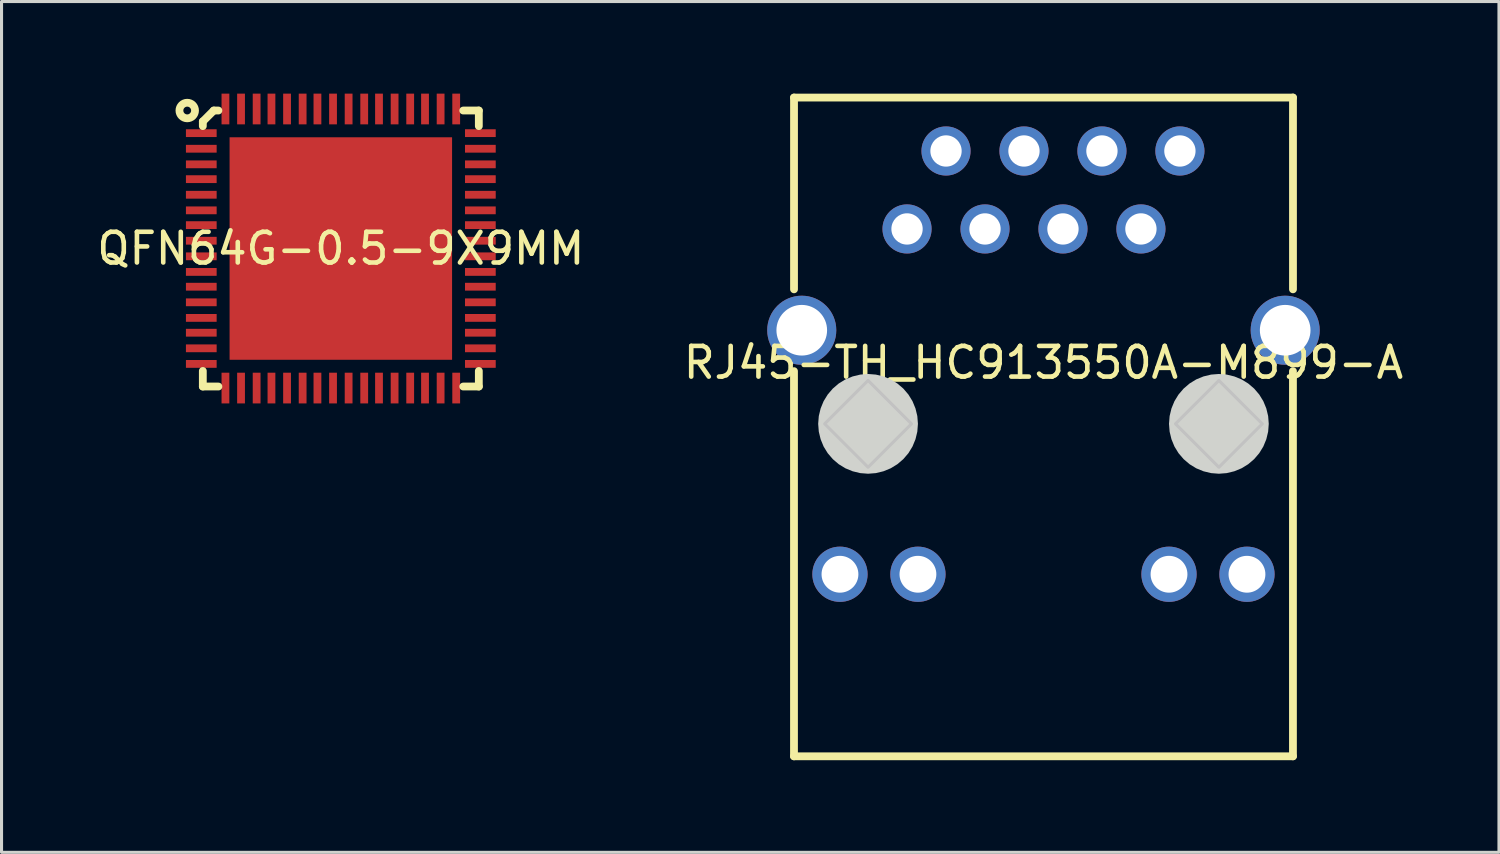
<source format=kicad_pcb>
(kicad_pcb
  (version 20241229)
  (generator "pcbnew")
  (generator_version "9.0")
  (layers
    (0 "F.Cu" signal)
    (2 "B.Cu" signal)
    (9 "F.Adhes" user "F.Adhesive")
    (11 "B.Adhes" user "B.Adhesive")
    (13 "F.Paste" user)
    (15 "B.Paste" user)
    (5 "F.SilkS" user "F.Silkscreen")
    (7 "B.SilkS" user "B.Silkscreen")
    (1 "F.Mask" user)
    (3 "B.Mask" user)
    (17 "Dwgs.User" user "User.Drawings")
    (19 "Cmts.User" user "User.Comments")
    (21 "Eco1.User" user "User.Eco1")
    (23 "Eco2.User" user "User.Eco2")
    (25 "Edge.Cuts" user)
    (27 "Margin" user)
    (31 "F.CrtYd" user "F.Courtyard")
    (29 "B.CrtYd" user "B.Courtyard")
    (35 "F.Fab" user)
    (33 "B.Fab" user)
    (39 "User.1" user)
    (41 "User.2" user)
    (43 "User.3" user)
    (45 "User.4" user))
  (footprint "QFN64G-0.5-9X9MM"
    (layer "F.Cu")
    (at 8.054 5.047)
    (property "Reference" "QFN64G-0.5-9X9MM" (at 0 0 0) (unlocked yes) (layer "F.SilkS") (effects (font (size 1 1) (thickness 0.15))))
    (fp_line (start -4.496 -4.14) (end -4.496 -3.988) (stroke (width 0.254) (type default)) (layer "F.SilkS"))
    (fp_line (start -4.496 4.496) (end -4.496 3.988) (stroke (width 0.254) (type default)) (layer "F.SilkS"))
    (fp_line (start -4.14 -4.496) (end -4.496 -4.14) (stroke (width 0.254) (type default)) (layer "F.SilkS"))
    (fp_line (start -3.988 -4.496) (end -4.14 -4.496) (stroke (width 0.254) (type default)) (layer "F.SilkS"))
    (fp_line (start -3.988 4.496) (end -4.496 4.496) (stroke (width 0.254) (type default)) (layer "F.SilkS"))
    (fp_line (start 3.988 -4.496) (end 4.496 -4.496) (stroke (width 0.254) (type default)) (layer "F.SilkS"))
    (fp_line (start 3.988 4.496) (end 4.496 4.496) (stroke (width 0.254) (type default)) (layer "F.SilkS"))
    (fp_line (start 4.496 -4.496) (end 4.496 -3.988) (stroke (width 0.254) (type default)) (layer "F.SilkS"))
    (fp_line (start 4.496 4.496) (end 4.496 3.988) (stroke (width 0.254) (type default)) (layer "F.SilkS"))
    (fp_circle (center -5.004 -4.496) (end -4.75 -4.496) (stroke (width 0.254) (type default)) (fill no) (layer "F.SilkS"))
    (pad "1" smd rect (at -4.546 -3.759) (size 1.001 0.254) (layers "F.Cu" "F.Mask" "F.Paste"))
    (pad "2" smd rect (at -4.546 -3.251) (size 1.001 0.254) (layers "F.Cu" "F.Mask" "F.Paste"))
    (pad "3" smd rect (at -4.546 -2.743) (size 1.001 0.254) (layers "F.Cu" "F.Mask" "F.Paste"))
    (pad "4" smd rect (at -4.546 -2.26) (size 1.001 0.254) (layers "F.Cu" "F.Mask" "F.Paste"))
    (pad "5" smd rect (at -4.546 -1.752) (size 1.001 0.254) (layers "F.Cu" "F.Mask" "F.Paste"))
    (pad "6" smd rect (at -4.546 -1.244) (size 1.001 0.254) (layers "F.Cu" "F.Mask" "F.Paste"))
    (pad "7" smd rect (at -4.546 -0.762) (size 1.001 0.254) (layers "F.Cu" "F.Mask" "F.Paste"))
    (pad "8" smd rect (at -4.546 -0.254) (size 1.001 0.254) (layers "F.Cu" "F.Mask" "F.Paste"))
    (pad "9" smd rect (at -4.546 0.254) (size 1.001 0.254) (layers "F.Cu" "F.Mask" "F.Paste"))
    (pad "10" smd rect (at -4.546 0.762) (size 1.001 0.254) (layers "F.Cu" "F.Mask" "F.Paste"))
    (pad "11" smd rect (at -4.546 1.244) (size 1.001 0.254) (layers "F.Cu" "F.Mask" "F.Paste"))
    (pad "12" smd rect (at -4.546 1.752) (size 1.001 0.254) (layers "F.Cu" "F.Mask" "F.Paste"))
    (pad "13" smd rect (at -4.546 2.26) (size 1.001 0.254) (layers "F.Cu" "F.Mask" "F.Paste"))
    (pad "14" smd rect (at -4.546 2.743) (size 1.001 0.254) (layers "F.Cu" "F.Mask" "F.Paste"))
    (pad "15" smd rect (at -4.546 3.251) (size 1.001 0.254) (layers "F.Cu" "F.Mask" "F.Paste"))
    (pad "16" smd rect (at -4.546 3.759) (size 1.001 0.254) (layers "F.Cu" "F.Mask" "F.Paste"))
    (pad "17" smd rect (at -3.759 4.546 90) (size 1.001 0.254) (layers "F.Cu" "F.Mask" "F.Paste"))
    (pad "18" smd rect (at -3.251 4.546 90) (size 1.001 0.254) (layers "F.Cu" "F.Mask" "F.Paste"))
    (pad "19" smd rect (at -2.743 4.546 90) (size 1.001 0.254) (layers "F.Cu" "F.Mask" "F.Paste"))
    (pad "20" smd rect (at -2.26 4.546 90) (size 1.001 0.254) (layers "F.Cu" "F.Mask" "F.Paste"))
    (pad "21" smd rect (at -1.752 4.546 90) (size 1.001 0.254) (layers "F.Cu" "F.Mask" "F.Paste"))
    (pad "22" smd rect (at -1.244 4.546 90) (size 1.001 0.254) (layers "F.Cu" "F.Mask" "F.Paste"))
    (pad "23" smd rect (at -0.762 4.546 90) (size 1.001 0.254) (layers "F.Cu" "F.Mask" "F.Paste"))
    (pad "24" smd rect (at -0.254 4.546 90) (size 1.001 0.254) (layers "F.Cu" "F.Mask" "F.Paste"))
    (pad "25" smd rect (at 0.254 4.546 90) (size 1.001 0.254) (layers "F.Cu" "F.Mask" "F.Paste"))
    (pad "26" smd rect (at 0.762 4.546 90) (size 1.001 0.254) (layers "F.Cu" "F.Mask" "F.Paste"))
    (pad "27" smd rect (at 1.244 4.546 90) (size 1.001 0.254) (layers "F.Cu" "F.Mask" "F.Paste"))
    (pad "28" smd rect (at 1.752 4.546 90) (size 1.001 0.254) (layers "F.Cu" "F.Mask" "F.Paste"))
    (pad "29" smd rect (at 2.26 4.546 90) (size 1.001 0.254) (layers "F.Cu" "F.Mask" "F.Paste"))
    (pad "30" smd rect (at 2.743 4.546 90) (size 1.001 0.254) (layers "F.Cu" "F.Mask" "F.Paste"))
    (pad "31" smd rect (at 3.251 4.546 90) (size 1.001 0.254) (layers "F.Cu" "F.Mask" "F.Paste"))
    (pad "32" smd rect (at 3.759 4.546 90) (size 1.001 0.254) (layers "F.Cu" "F.Mask" "F.Paste"))
    (pad "33" smd rect (at 4.546 3.759 180) (size 1.001 0.254) (layers "F.Cu" "F.Mask" "F.Paste"))
    (pad "34" smd rect (at 4.546 3.251 180) (size 1.001 0.254) (layers "F.Cu" "F.Mask" "F.Paste"))
    (pad "35" smd rect (at 4.546 2.743 180) (size 1.001 0.254) (layers "F.Cu" "F.Mask" "F.Paste"))
    (pad "36" smd rect (at 4.546 2.26 180) (size 1.001 0.254) (layers "F.Cu" "F.Mask" "F.Paste"))
    (pad "37" smd rect (at 4.546 1.752 180) (size 1.001 0.254) (layers "F.Cu" "F.Mask" "F.Paste"))
    (pad "38" smd rect (at 4.546 1.244 180) (size 1.001 0.254) (layers "F.Cu" "F.Mask" "F.Paste"))
    (pad "39" smd rect (at 4.546 0.762 180) (size 1.001 0.254) (layers "F.Cu" "F.Mask" "F.Paste"))
    (pad "40" smd rect (at 4.546 0.254 180) (size 1.001 0.254) (layers "F.Cu" "F.Mask" "F.Paste"))
    (pad "41" smd rect (at 4.546 -0.254 180) (size 1.001 0.254) (layers "F.Cu" "F.Mask" "F.Paste"))
    (pad "42" smd rect (at 4.546 -0.762 180) (size 1.001 0.254) (layers "F.Cu" "F.Mask" "F.Paste"))
    (pad "43" smd rect (at 4.546 -1.244 180) (size 1.001 0.254) (layers "F.Cu" "F.Mask" "F.Paste"))
    (pad "44" smd rect (at 4.546 -1.752 180) (size 1.001 0.254) (layers "F.Cu" "F.Mask" "F.Paste"))
    (pad "45" smd rect (at 4.546 -2.26 180) (size 1.001 0.254) (layers "F.Cu" "F.Mask" "F.Paste"))
    (pad "46" smd rect (at 4.546 -2.743 180) (size 1.001 0.254) (layers "F.Cu" "F.Mask" "F.Paste"))
    (pad "47" smd rect (at 4.546 -3.251 180) (size 1.001 0.254) (layers "F.Cu" "F.Mask" "F.Paste"))
    (pad "48" smd rect (at 4.546 -3.759 180) (size 1.001 0.254) (layers "F.Cu" "F.Mask" "F.Paste"))
    (pad "49" smd rect (at 3.759 -4.546 270) (size 1.001 0.254) (layers "F.Cu" "F.Mask" "F.Paste"))
    (pad "50" smd rect (at 3.251 -4.546 270) (size 1.001 0.254) (layers "F.Cu" "F.Mask" "F.Paste"))
    (pad "51" smd rect (at 2.743 -4.546 270) (size 1.001 0.254) (layers "F.Cu" "F.Mask" "F.Paste"))
    (pad "52" smd rect (at 2.26 -4.546 270) (size 1.001 0.254) (layers "F.Cu" "F.Mask" "F.Paste"))
    (pad "53" smd rect (at 1.752 -4.546 270) (size 1.001 0.254) (layers "F.Cu" "F.Mask" "F.Paste"))
    (pad "54" smd rect (at 1.244 -4.546 270) (size 1.001 0.254) (layers "F.Cu" "F.Mask" "F.Paste"))
    (pad "55" smd rect (at 0.762 -4.546 270) (size 1.001 0.254) (layers "F.Cu" "F.Mask" "F.Paste"))
    (pad "56" smd rect (at 0.254 -4.546 270) (size 1.001 0.254) (layers "F.Cu" "F.Mask" "F.Paste"))
    (pad "57" smd rect (at -0.254 -4.546 270) (size 1.001 0.254) (layers "F.Cu" "F.Mask" "F.Paste"))
    (pad "58" smd rect (at -0.762 -4.546 270) (size 1.001 0.254) (layers "F.Cu" "F.Mask" "F.Paste"))
    (pad "59" smd rect (at -1.244 -4.546 270) (size 1.001 0.254) (layers "F.Cu" "F.Mask" "F.Paste"))
    (pad "60" smd rect (at -1.752 -4.546 270) (size 1.001 0.254) (layers "F.Cu" "F.Mask" "F.Paste"))
    (pad "61" smd rect (at -2.26 -4.546 270) (size 1.001 0.254) (layers "F.Cu" "F.Mask" "F.Paste"))
    (pad "62" smd rect (at -2.743 -4.546 270) (size 1.001 0.254) (layers "F.Cu" "F.Mask" "F.Paste"))
    (pad "63" smd rect (at -3.251 -4.546 270) (size 1.001 0.254) (layers "F.Cu" "F.Mask" "F.Paste"))
    (pad "64" smd rect (at -3.759 -4.546 270) (size 1.001 0.254) (layers "F.Cu" "F.Mask" "F.Paste"))
    (pad "65" smd rect (at 0 0) (size 7.249 7.249) (layers "F.Cu" "F.Mask" "F.Paste")))
  (footprint "RJ45-TH_HC913550A-M899-A"
    (layer "F.Cu")
    (at 30.946 8.764)
    (property "Reference" "RJ45-TH_HC913550A-M899-A" (at 0 0 0) (unlocked yes) (layer "F.SilkS") (effects (font (size 1 1) (thickness 0.15))))
    (fp_line (start -8.128 12.827) (end -8.128 0.278) (stroke (width 0.254) (type default)) (layer "F.SilkS"))
    (fp_line (start -8.127 -8.636) (end 8.129 -8.636) (stroke (width 0.254) (type default)) (layer "F.SilkS"))
    (fp_line (start -8.127 -2.388) (end -8.127 -8.636) (stroke (width 0.254) (type default)) (layer "F.SilkS"))
    (fp_line (start 8.128 0.278) (end 8.128 12.827) (stroke (width 0.254) (type default)) (layer "F.SilkS"))
    (fp_line (start 8.128 12.827) (end -8.128 12.827) (stroke (width 0.254) (type default)) (layer "F.SilkS"))
    (fp_line (start 8.129 -8.636) (end 8.129 -2.388) (stroke (width 0.254) (type default)) (layer "F.SilkS"))
    (fp_poly (pts (xy -5.715 3.409) (xy -7.129 1.995) (xy -5.715 0.581) (xy -4.301 1.995)) (stroke (width 0.1) (type default)) (fill no) (layer "Dwgs.User"))
    (fp_poly (pts (xy 5.715 3.409) (xy 4.301 1.995) (xy 5.715 0.581) (xy 7.129 1.995)) (stroke (width 0.1) (type default)) (fill no) (layer "Dwgs.User"))
    (fp_poly (pts (xy -4.09 1.995) (xy -4.11 1.741) (xy -4.17 1.493) (xy -4.267 1.257) (xy -4.4 1.04) (xy -4.566 0.846) (xy -4.76 0.68) (xy -4.977 0.547) (xy -5.213 0.45) (xy -5.461 0.39) (xy -5.715 0.37) (xy -5.969 0.39) (xy -6.217 0.45) (xy -6.453 0.547) (xy -6.67 0.68) (xy -6.864 0.846) (xy -7.03 1.04) (xy -7.163 1.257) (xy -7.26 1.493) (xy -7.32 1.741) (xy -7.34 1.995) (xy -7.32 2.249) (xy -7.26 2.497) (xy -7.163 2.733) (xy -7.03 2.95) (xy -6.864 3.144) (xy -6.67 3.31) (xy -6.453 3.443) (xy -6.217 3.54) (xy -5.969 3.6) (xy -5.715 3.62) (xy -5.461 3.6) (xy -5.213 3.54) (xy -4.977 3.443) (xy -4.76 3.31) (xy -4.566 3.144) (xy -4.4 2.95) (xy -4.267 2.733) (xy -4.17 2.497) (xy -4.11 2.249)) (stroke (width 0) (type default)) (fill yes) (layer "Edge.Cuts"))
    (fp_poly (pts (xy 7.34 1.995) (xy 7.32 1.741) (xy 7.26 1.493) (xy 7.163 1.257) (xy 7.03 1.04) (xy 6.864 0.846) (xy 6.67 0.68) (xy 6.453 0.547) (xy 6.217 0.45) (xy 5.969 0.39) (xy 5.715 0.37) (xy 5.461 0.39) (xy 5.213 0.45) (xy 4.977 0.547) (xy 4.76 0.68) (xy 4.566 0.846) (xy 4.4 1.04) (xy 4.267 1.257) (xy 4.17 1.493) (xy 4.11 1.741) (xy 4.09 1.995) (xy 4.11 2.249) (xy 4.17 2.497) (xy 4.267 2.733) (xy 4.4 2.95) (xy 4.566 3.144) (xy 4.76 3.31) (xy 4.977 3.443) (xy 5.213 3.54) (xy 5.461 3.6) (xy 5.715 3.62) (xy 5.969 3.6) (xy 6.217 3.54) (xy 6.453 3.443) (xy 6.67 3.31) (xy 6.864 3.144) (xy 7.03 2.95) (xy 7.163 2.733) (xy 7.26 2.497) (xy 7.32 2.249)) (stroke (width 0) (type default)) (fill yes) (layer "Edge.Cuts"))
    (fp_poly (pts (xy -8.025 -0.405) (xy -8.025 -1.705) (xy -7.725 -1.705) (xy -7.725 -0.405)) (stroke (width 0.1) (type default)) (fill no) (layer "User.1"))
    (fp_poly (pts (xy -7.01 6.575) (xy -6.25 6.575) (xy -6.25 7.215) (xy -7.01 7.215)) (stroke (width 0.1) (type default)) (fill no) (layer "User.1"))
    (fp_poly (pts (xy -4.77 -4.58) (xy -4.12 -4.58) (xy -4.12 -4.13) (xy -4.77 -4.13)) (stroke (width 0.1) (type default)) (fill no) (layer "User.1"))
    (fp_poly (pts (xy -4.47 6.575) (xy -3.71 6.575) (xy -3.71 7.215) (xy -4.47 7.215)) (stroke (width 0.1) (type default)) (fill no) (layer "User.1"))
    (fp_poly (pts (xy -3.5 -7.12) (xy -2.85 -7.12) (xy -2.85 -6.67) (xy -3.5 -6.67)) (stroke (width 0.1) (type default)) (fill no) (layer "User.1"))
    (fp_poly (pts (xy -2.23 -4.58) (xy -1.58 -4.58) (xy -1.58 -4.13) (xy -2.23 -4.13)) (stroke (width 0.1) (type default)) (fill no) (layer "User.1"))
    (fp_poly (pts (xy -0.96 -7.12) (xy -0.31 -7.12) (xy -0.31 -6.67) (xy -0.96 -6.67)) (stroke (width 0.1) (type default)) (fill no) (layer "User.1"))
    (fp_poly (pts (xy 0.31 -4.58) (xy 0.96 -4.58) (xy 0.96 -4.13) (xy 0.31 -4.13)) (stroke (width 0.1) (type default)) (fill no) (layer "User.1"))
    (fp_poly (pts (xy 1.58 -7.12) (xy 2.23 -7.12) (xy 2.23 -6.67) (xy 1.58 -6.67)) (stroke (width 0.1) (type default)) (fill no) (layer "User.1"))
    (fp_poly (pts (xy 2.85 -4.58) (xy 3.5 -4.58) (xy 3.5 -4.13) (xy 2.85 -4.13)) (stroke (width 0.1) (type default)) (fill no) (layer "User.1"))
    (fp_poly (pts (xy 3.71 6.575) (xy 4.47 6.575) (xy 4.47 7.215) (xy 3.71 7.215)) (stroke (width 0.1) (type default)) (fill no) (layer "User.1"))
    (fp_poly (pts (xy 4.12 -7.12) (xy 4.77 -7.12) (xy 4.77 -6.67) (xy 4.12 -6.67)) (stroke (width 0.1) (type default)) (fill no) (layer "User.1"))
    (fp_poly (pts (xy 6.25 6.575) (xy 7.01 6.575) (xy 7.01 7.215) (xy 6.25 7.215)) (stroke (width 0.1) (type default)) (fill no) (layer "User.1"))
    (fp_poly (pts (xy 7.725 -0.405) (xy 7.725 -1.705) (xy 8.025 -1.705) (xy 8.025 -0.405)) (stroke (width 0.1) (type default)) (fill no) (layer "User.1"))
    (fp_line (start -8 -8.605) (end 8 -8.605) (stroke (width 0.051) (type default)) (layer "User.2"))
    (fp_line (start -8 12.695) (end -8 -8.605) (stroke (width 0.051) (type default)) (layer "User.2"))
    (fp_line (start 8 -8.605) (end 8 12.695) (stroke (width 0.051) (type default)) (layer "User.2"))
    (fp_line (start 8 12.695) (end -8 12.695) (stroke (width 0.051) (type default)) (layer "User.2"))
    (fp_poly (pts (xy -7.965 -8.605) (xy -7.983 -8.647) (xy -8.025 -8.665) (xy -8.067 -8.647) (xy -8.085 -8.605) (xy -8.067 -8.563) (xy -8.025 -8.545) (xy -7.983 -8.563)) (stroke (width 0.1) (type default)) (fill no) (layer "User.3"))
    (pad "1" thru_hole circle (at -3.175 -6.895) (size 1.6 1.6) (drill 1.02) (layers "*.Cu" "*.Mask"))
    (pad "2" thru_hole circle (at -0.635 -6.895) (size 1.6 1.6) (drill 1.02) (layers "*.Cu" "*.Mask"))
    (pad "3" thru_hole circle (at 1.905 -6.895) (size 1.6 1.6) (drill 1.02) (layers "*.Cu" "*.Mask"))
    (pad "4" thru_hole circle (at 4.445 -6.895) (size 1.6 1.6) (drill 1.02) (layers "*.Cu" "*.Mask"))
    (pad "5" thru_hole circle (at -4.445 -4.355) (size 1.6 1.6) (drill 1.02) (layers "*.Cu" "*.Mask"))
    (pad "6" thru_hole circle (at -1.905 -4.355) (size 1.6 1.6) (drill 1.02) (layers "*.Cu" "*.Mask"))
    (pad "7" thru_hole circle (at 0.635 -4.355) (size 1.6 1.6) (drill 1.02) (layers "*.Cu" "*.Mask"))
    (pad "8" thru_hole circle (at 3.175 -4.355) (size 1.6 1.6) (drill 1.02) (layers "*.Cu" "*.Mask"))
    (pad "9" thru_hole circle (at -7.875 -1.055 90) (size 2.25 2.25) (drill 1.65) (layers "*.Cu" "*.Mask"))
    (pad "10" thru_hole circle (at 7.875 -1.055 90) (size 2.25 2.25) (drill 1.65) (layers "*.Cu" "*.Mask"))
    (pad "11" thru_hole circle (at -6.63 6.895) (size 1.8 1.8) (drill 1.2) (layers "*.Cu" "*.Mask"))
    (pad "12" thru_hole circle (at -4.09 6.895) (size 1.8 1.8) (drill 1.2) (layers "*.Cu" "*.Mask"))
    (pad "13" thru_hole circle (at 4.09 6.895) (size 1.8 1.8) (drill 1.2) (layers "*.Cu" "*.Mask"))
    (pad "14" thru_hole circle (at 6.63 6.895) (size 1.8 1.8) (drill 1.2) (layers "*.Cu" "*.Mask")))
  (gr_rect
    (start -3 -3)
    (end 45.786 24.718)
    (stroke (width 0.1) (type default))
    (fill no)
    (layer "Edge.Cuts")))
</source>
